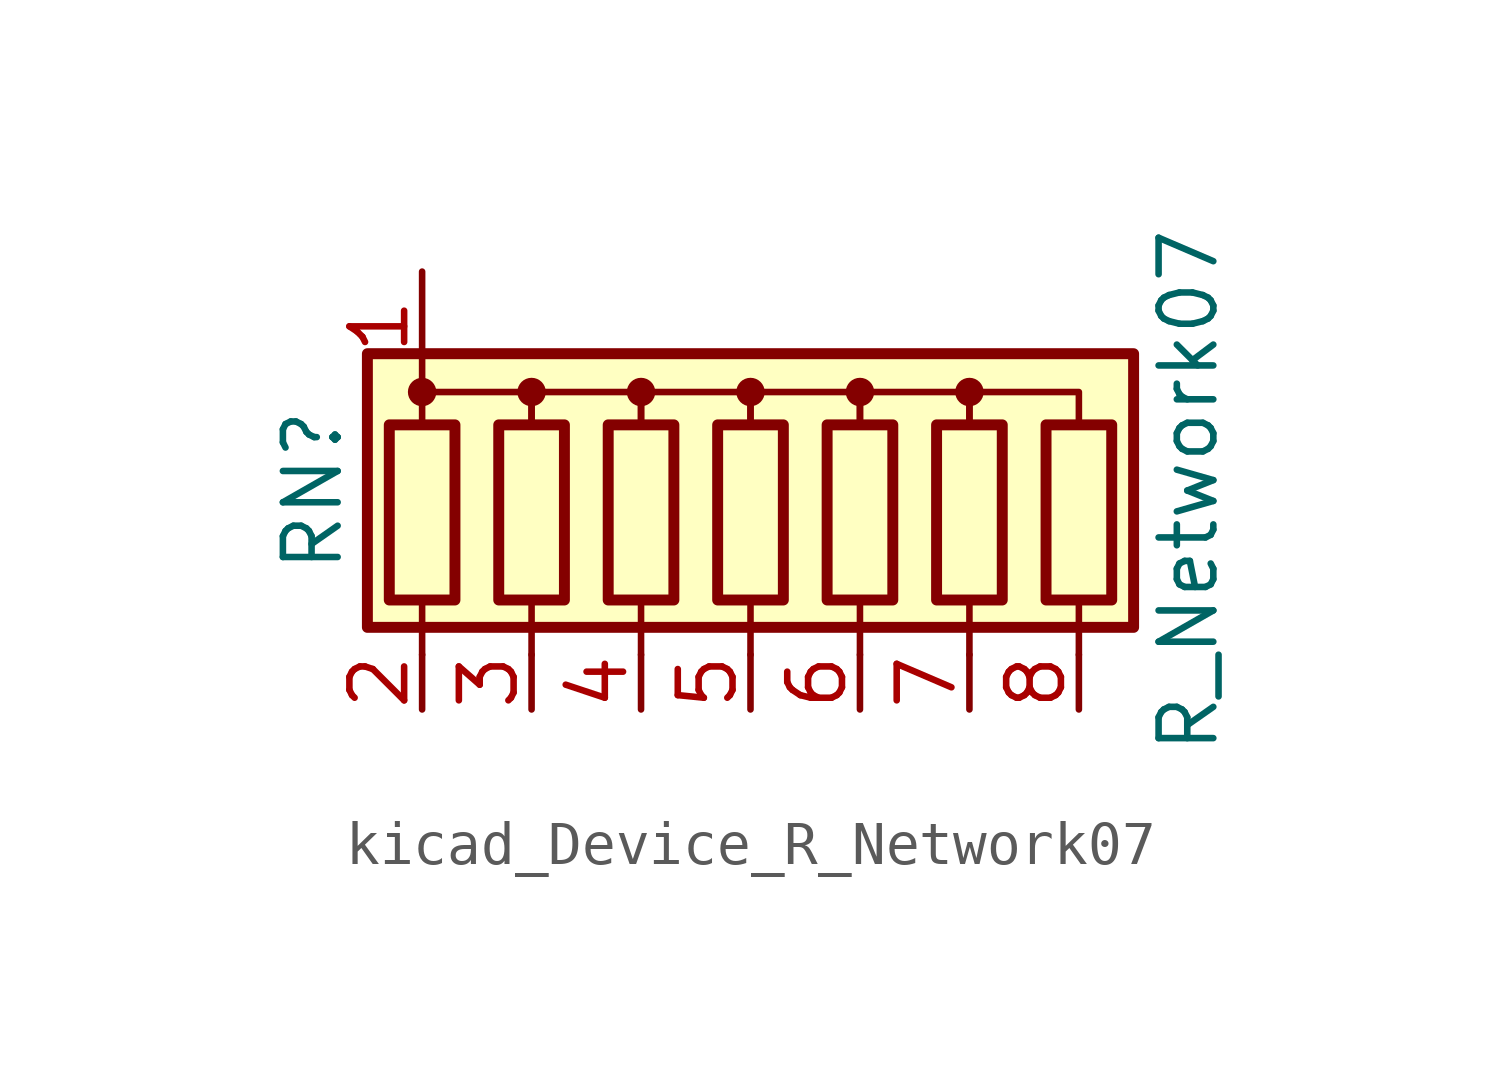
<source format=kicad_sym>
(kicad_symbol_lib
  (version 20220914)
  (generator kicad_symbol_editor)
  (symbol "kicad_Device_R_Network07"
    (pin_names
      (offset 0) hide)
    (property "Reference" "RN"
      (at -10.16 0 90)
      (effects (font (size 1.27 1.27))))
    (property "Value" "R_Network07"
      (at 10.16 0 90)
      (effects (font (size 1.27 1.27))))
    (symbol "kicad_Device_R_Network07_0_1"
      (rectangle (start -8.89 -3.175) (end 8.89 3.175) (stroke (width 0.254) (type default)) (fill (type background)))
      (rectangle (start -8.382 1.524) (end -6.858 -2.54) (stroke (width 0.254) (type default)) (fill (type none)))
      (circle (center -7.62 2.286) (radius 0.254) (stroke (width 0) (type default)) (fill (type outline)))
      (rectangle (start -5.842 1.524) (end -4.318 -2.54) (stroke (width 0.254) (type default)) (fill (type none)))
      (circle (center -5.08 2.286) (radius 0.254) (stroke (width 0) (type default)) (fill (type outline)))
      (rectangle (start -3.302 1.524) (end -1.778 -2.54) (stroke (width 0.254) (type default)) (fill (type none)))
      (circle (center -2.54 2.286) (radius 0.254) (stroke (width 0) (type default)) (fill (type outline)))
      (rectangle (start -0.762 1.524) (end 0.762 -2.54) (stroke (width 0.254) (type default)) (fill (type none)))
      (polyline (pts (xy -7.62 -2.54) (xy -7.62 -3.81)) (stroke (width 0) (type default)) (fill (type none)))
      (polyline (pts (xy -5.08 -2.54) (xy -5.08 -3.81)) (stroke (width 0) (type default)) (fill (type none)))
      (polyline (pts (xy -2.54 -2.54) (xy -2.54 -3.81)) (stroke (width 0) (type default)) (fill (type none)))
      (polyline (pts (xy 0 -2.54) (xy 0 -3.81)) (stroke (width 0) (type default)) (fill (type none)))
      (polyline (pts (xy 2.54 -2.54) (xy 2.54 -3.81)) (stroke (width 0) (type default)) (fill (type none)))
      (polyline (pts (xy 5.08 -2.54) (xy 5.08 -3.81)) (stroke (width 0) (type default)) (fill (type none)))
      (polyline (pts (xy 7.62 -2.54) (xy 7.62 -3.81)) (stroke (width 0) (type default)) (fill (type none)))
      (polyline (pts (xy -7.62 1.524) (xy -7.62 2.286) (xy -5.08 2.286) (xy -5.08 1.524)) (stroke (width 0) (type default)) (fill (type none)))
      (polyline (pts (xy -5.08 1.524) (xy -5.08 2.286) (xy -2.54 2.286) (xy -2.54 1.524)) (stroke (width 0) (type default)) (fill (type none)))
      (polyline (pts (xy -2.54 1.524) (xy -2.54 2.286) (xy 0 2.286) (xy 0 1.524)) (stroke (width 0) (type default)) (fill (type none)))
      (polyline (pts (xy 0 1.524) (xy 0 2.286) (xy 2.54 2.286) (xy 2.54 1.524)) (stroke (width 0) (type default)) (fill (type none)))
      (polyline (pts (xy 2.54 1.524) (xy 2.54 2.286) (xy 5.08 2.286) (xy 5.08 1.524)) (stroke (width 0) (type default)) (fill (type none)))
      (polyline (pts (xy 5.08 1.524) (xy 5.08 2.286) (xy 7.62 2.286) (xy 7.62 1.524)) (stroke (width 0) (type default)) (fill (type none)))
      (circle (center 0 2.286) (radius 0.254) (stroke (width 0) (type default)) (fill (type outline)))
      (rectangle (start 1.778 1.524) (end 3.302 -2.54) (stroke (width 0.254) (type default)) (fill (type none)))
      (circle (center 2.54 2.286) (radius 0.254) (stroke (width 0) (type default)) (fill (type outline)))
      (rectangle (start 4.318 1.524) (end 5.842 -2.54) (stroke (width 0.254) (type default)) (fill (type none)))
      (circle (center 5.08 2.286) (radius 0.254) (stroke (width 0) (type default)) (fill (type outline)))
      (rectangle (start 6.858 1.524) (end 8.382 -2.54) (stroke (width 0.254) (type default)) (fill (type none))))
    (symbol "kicad_Device_R_Network07_1_1"
      (pin passive line (at -7.62 5.08 270) (length 2.54) (name "common" (effects (font (size 1.27 1.27)))) (number "1" (effects (font (size 1.27 1.27)))))
      (pin passive line (at -7.62 -5.08 90) (length 1.27) (name "R1" (effects (font (size 1.27 1.27)))) (number "2" (effects (font (size 1.27 1.27)))))
      (pin passive line (at -5.08 -5.08 90) (length 1.27) (name "R2" (effects (font (size 1.27 1.27)))) (number "3" (effects (font (size 1.27 1.27)))))
      (pin passive line (at -2.54 -5.08 90) (length 1.27) (name "R3" (effects (font (size 1.27 1.27)))) (number "4" (effects (font (size 1.27 1.27)))))
      (pin passive line (at 0 -5.08 90) (length 1.27) (name "R4" (effects (font (size 1.27 1.27)))) (number "5" (effects (font (size 1.27 1.27)))))
      (pin passive line (at 2.54 -5.08 90) (length 1.27) (name "R5" (effects (font (size 1.27 1.27)))) (number "6" (effects (font (size 1.27 1.27)))))
      (pin passive line (at 5.08 -5.08 90) (length 1.27) (name "R6" (effects (font (size 1.27 1.27)))) (number "7" (effects (font (size 1.27 1.27)))))
      (pin passive line (at 7.62 -5.08 90) (length 1.27) (name "R7" (effects (font (size 1.27 1.27)))) (number "8" (effects (font (size 1.27 1.27))))))))
</source>
